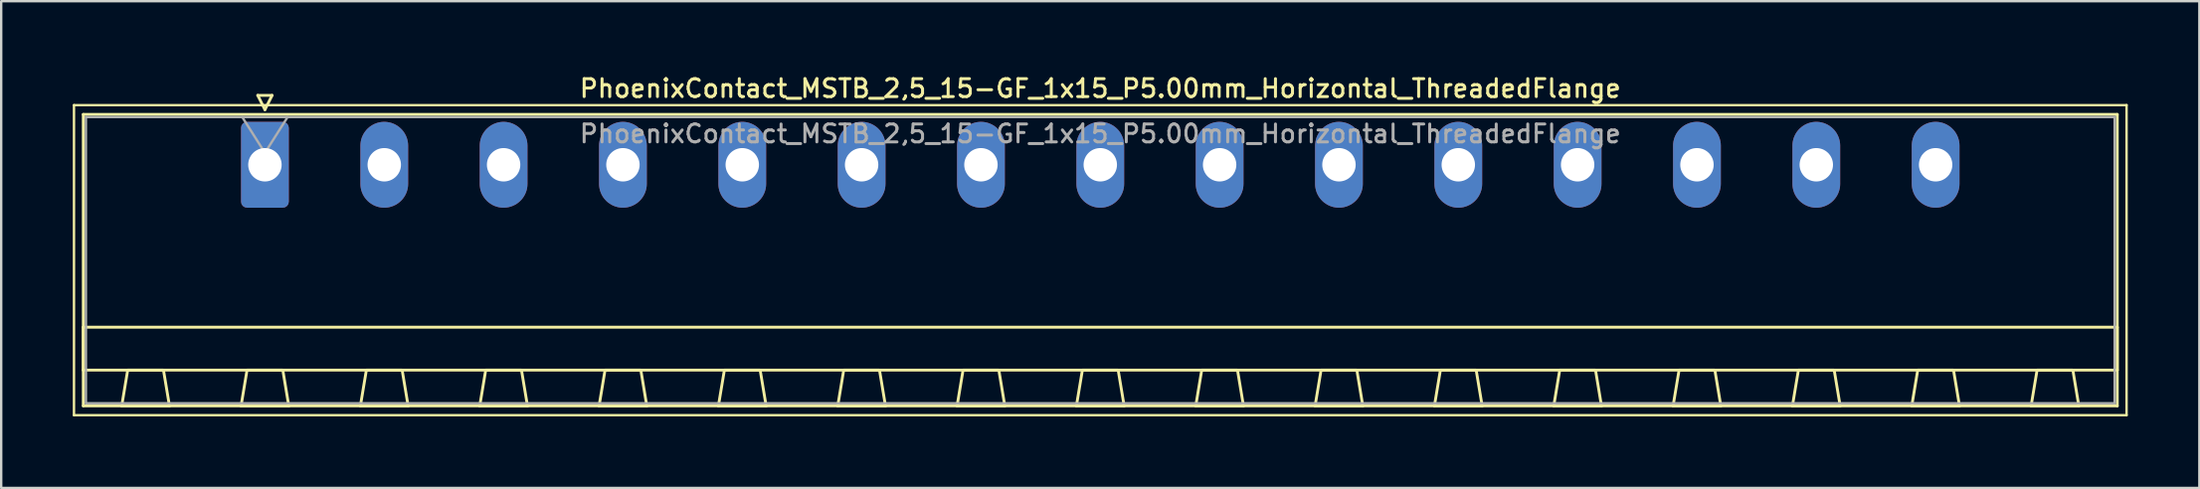
<source format=kicad_pcb>
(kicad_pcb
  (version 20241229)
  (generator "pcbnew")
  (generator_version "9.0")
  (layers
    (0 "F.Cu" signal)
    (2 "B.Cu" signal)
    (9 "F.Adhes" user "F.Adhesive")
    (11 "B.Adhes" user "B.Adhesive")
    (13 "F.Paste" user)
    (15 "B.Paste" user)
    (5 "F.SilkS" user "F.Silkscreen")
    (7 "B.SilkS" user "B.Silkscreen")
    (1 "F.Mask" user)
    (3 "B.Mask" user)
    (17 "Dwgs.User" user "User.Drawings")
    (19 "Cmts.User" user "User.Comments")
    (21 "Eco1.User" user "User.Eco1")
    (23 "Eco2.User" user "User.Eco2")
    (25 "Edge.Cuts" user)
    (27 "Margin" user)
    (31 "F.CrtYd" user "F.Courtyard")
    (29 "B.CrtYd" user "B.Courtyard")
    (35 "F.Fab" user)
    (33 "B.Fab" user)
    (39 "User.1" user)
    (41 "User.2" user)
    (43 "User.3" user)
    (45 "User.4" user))
  (footprint "PhoenixContact_MSTB_2,5_15-GF_1x15_P5.00mm_Horizontal_ThreadedFlange"
    (layer "F.Cu")
    (at 8.05 3.858)
    (property "Reference" "PhoenixContact_MSTB_2,5_15-GF_1x15_P5.00mm_Horizontal_ThreadedFlange" (at 35 -3.2 0) (layer "F.SilkS") (effects (font (size 0.75 0.75) (thickness 0.125))))
    (attr through_hole)
    (fp_line (start -8 -2.5) (end -8 10.5) (stroke (width 0.1) (type solid)) (layer "F.SilkS"))
    (fp_line (start -8 10.5) (end 78 10.5) (stroke (width 0.1) (type solid)) (layer "F.SilkS"))
    (fp_line (start -7.61 -2.11) (end -7.61 10.11) (stroke (width 0.12) (type solid)) (layer "F.SilkS"))
    (fp_line (start -7.61 6.81) (end 77.61 6.81) (stroke (width 0.12) (type solid)) (layer "F.SilkS"))
    (fp_line (start -7.61 8.61) (end -7.61 6.81) (stroke (width 0.12) (type solid)) (layer "F.SilkS"))
    (fp_line (start -7.61 10.11) (end 77.61 10.11) (stroke (width 0.12) (type solid)) (layer "F.SilkS"))
    (fp_line (start -6 10.11) (end -4 10.11) (stroke (width 0.12) (type solid)) (layer "F.SilkS"))
    (fp_line (start -5.75 8.61) (end -6 10.11) (stroke (width 0.12) (type solid)) (layer "F.SilkS"))
    (fp_line (start -4.25 8.61) (end -5.75 8.61) (stroke (width 0.12) (type solid)) (layer "F.SilkS"))
    (fp_line (start -4 10.11) (end -4.25 8.61) (stroke (width 0.12) (type solid)) (layer "F.SilkS"))
    (fp_line (start -1 10.11) (end 1 10.11) (stroke (width 0.12) (type solid)) (layer "F.SilkS"))
    (fp_line (start -0.75 8.61) (end -1 10.11) (stroke (width 0.12) (type solid)) (layer "F.SilkS"))
    (fp_line (start -0.3 -2.91) (end 0.3 -2.91) (stroke (width 0.12) (type solid)) (layer "F.SilkS"))
    (fp_line (start 0 -2.31) (end -0.3 -2.91) (stroke (width 0.12) (type solid)) (layer "F.SilkS"))
    (fp_line (start 0.3 -2.91) (end 0 -2.31) (stroke (width 0.12) (type solid)) (layer "F.SilkS"))
    (fp_line (start 0.75 8.61) (end -0.75 8.61) (stroke (width 0.12) (type solid)) (layer "F.SilkS"))
    (fp_line (start 1 10.11) (end 0.75 8.61) (stroke (width 0.12) (type solid)) (layer "F.SilkS"))
    (fp_line (start 4 10.11) (end 6 10.11) (stroke (width 0.12) (type solid)) (layer "F.SilkS"))
    (fp_line (start 4.25 8.61) (end 4 10.11) (stroke (width 0.12) (type solid)) (layer "F.SilkS"))
    (fp_line (start 5.75 8.61) (end 4.25 8.61) (stroke (width 0.12) (type solid)) (layer "F.SilkS"))
    (fp_line (start 6 10.11) (end 5.75 8.61) (stroke (width 0.12) (type solid)) (layer "F.SilkS"))
    (fp_line (start 9 10.11) (end 11 10.11) (stroke (width 0.12) (type solid)) (layer "F.SilkS"))
    (fp_line (start 9.25 8.61) (end 9 10.11) (stroke (width 0.12) (type solid)) (layer "F.SilkS"))
    (fp_line (start 10.75 8.61) (end 9.25 8.61) (stroke (width 0.12) (type solid)) (layer "F.SilkS"))
    (fp_line (start 11 10.11) (end 10.75 8.61) (stroke (width 0.12) (type solid)) (layer "F.SilkS"))
    (fp_line (start 14 10.11) (end 16 10.11) (stroke (width 0.12) (type solid)) (layer "F.SilkS"))
    (fp_line (start 14.25 8.61) (end 14 10.11) (stroke (width 0.12) (type solid)) (layer "F.SilkS"))
    (fp_line (start 15.75 8.61) (end 14.25 8.61) (stroke (width 0.12) (type solid)) (layer "F.SilkS"))
    (fp_line (start 16 10.11) (end 15.75 8.61) (stroke (width 0.12) (type solid)) (layer "F.SilkS"))
    (fp_line (start 19 10.11) (end 21 10.11) (stroke (width 0.12) (type solid)) (layer "F.SilkS"))
    (fp_line (start 19.25 8.61) (end 19 10.11) (stroke (width 0.12) (type solid)) (layer "F.SilkS"))
    (fp_line (start 20.75 8.61) (end 19.25 8.61) (stroke (width 0.12) (type solid)) (layer "F.SilkS"))
    (fp_line (start 21 10.11) (end 20.75 8.61) (stroke (width 0.12) (type solid)) (layer "F.SilkS"))
    (fp_line (start 24 10.11) (end 26 10.11) (stroke (width 0.12) (type solid)) (layer "F.SilkS"))
    (fp_line (start 24.25 8.61) (end 24 10.11) (stroke (width 0.12) (type solid)) (layer "F.SilkS"))
    (fp_line (start 25.75 8.61) (end 24.25 8.61) (stroke (width 0.12) (type solid)) (layer "F.SilkS"))
    (fp_line (start 26 10.11) (end 25.75 8.61) (stroke (width 0.12) (type solid)) (layer "F.SilkS"))
    (fp_line (start 29 10.11) (end 31 10.11) (stroke (width 0.12) (type solid)) (layer "F.SilkS"))
    (fp_line (start 29.25 8.61) (end 29 10.11) (stroke (width 0.12) (type solid)) (layer "F.SilkS"))
    (fp_line (start 30.75 8.61) (end 29.25 8.61) (stroke (width 0.12) (type solid)) (layer "F.SilkS"))
    (fp_line (start 31 10.11) (end 30.75 8.61) (stroke (width 0.12) (type solid)) (layer "F.SilkS"))
    (fp_line (start 34 10.11) (end 36 10.11) (stroke (width 0.12) (type solid)) (layer "F.SilkS"))
    (fp_line (start 34.25 8.61) (end 34 10.11) (stroke (width 0.12) (type solid)) (layer "F.SilkS"))
    (fp_line (start 35.75 8.61) (end 34.25 8.61) (stroke (width 0.12) (type solid)) (layer "F.SilkS"))
    (fp_line (start 36 10.11) (end 35.75 8.61) (stroke (width 0.12) (type solid)) (layer "F.SilkS"))
    (fp_line (start 39 10.11) (end 41 10.11) (stroke (width 0.12) (type solid)) (layer "F.SilkS"))
    (fp_line (start 39.25 8.61) (end 39 10.11) (stroke (width 0.12) (type solid)) (layer "F.SilkS"))
    (fp_line (start 40.75 8.61) (end 39.25 8.61) (stroke (width 0.12) (type solid)) (layer "F.SilkS"))
    (fp_line (start 41 10.11) (end 40.75 8.61) (stroke (width 0.12) (type solid)) (layer "F.SilkS"))
    (fp_line (start 44 10.11) (end 46 10.11) (stroke (width 0.12) (type solid)) (layer "F.SilkS"))
    (fp_line (start 44.25 8.61) (end 44 10.11) (stroke (width 0.12) (type solid)) (layer "F.SilkS"))
    (fp_line (start 45.75 8.61) (end 44.25 8.61) (stroke (width 0.12) (type solid)) (layer "F.SilkS"))
    (fp_line (start 46 10.11) (end 45.75 8.61) (stroke (width 0.12) (type solid)) (layer "F.SilkS"))
    (fp_line (start 49 10.11) (end 51 10.11) (stroke (width 0.12) (type solid)) (layer "F.SilkS"))
    (fp_line (start 49.25 8.61) (end 49 10.11) (stroke (width 0.12) (type solid)) (layer "F.SilkS"))
    (fp_line (start 50.75 8.61) (end 49.25 8.61) (stroke (width 0.12) (type solid)) (layer "F.SilkS"))
    (fp_line (start 51 10.11) (end 50.75 8.61) (stroke (width 0.12) (type solid)) (layer "F.SilkS"))
    (fp_line (start 54 10.11) (end 56 10.11) (stroke (width 0.12) (type solid)) (layer "F.SilkS"))
    (fp_line (start 54.25 8.61) (end 54 10.11) (stroke (width 0.12) (type solid)) (layer "F.SilkS"))
    (fp_line (start 55.75 8.61) (end 54.25 8.61) (stroke (width 0.12) (type solid)) (layer "F.SilkS"))
    (fp_line (start 56 10.11) (end 55.75 8.61) (stroke (width 0.12) (type solid)) (layer "F.SilkS"))
    (fp_line (start 59 10.11) (end 61 10.11) (stroke (width 0.12) (type solid)) (layer "F.SilkS"))
    (fp_line (start 59.25 8.61) (end 59 10.11) (stroke (width 0.12) (type solid)) (layer "F.SilkS"))
    (fp_line (start 60.75 8.61) (end 59.25 8.61) (stroke (width 0.12) (type solid)) (layer "F.SilkS"))
    (fp_line (start 61 10.11) (end 60.75 8.61) (stroke (width 0.12) (type solid)) (layer "F.SilkS"))
    (fp_line (start 64 10.11) (end 66 10.11) (stroke (width 0.12) (type solid)) (layer "F.SilkS"))
    (fp_line (start 64.25 8.61) (end 64 10.11) (stroke (width 0.12) (type solid)) (layer "F.SilkS"))
    (fp_line (start 65.75 8.61) (end 64.25 8.61) (stroke (width 0.12) (type solid)) (layer "F.SilkS"))
    (fp_line (start 66 10.11) (end 65.75 8.61) (stroke (width 0.12) (type solid)) (layer "F.SilkS"))
    (fp_line (start 69 10.11) (end 71 10.11) (stroke (width 0.12) (type solid)) (layer "F.SilkS"))
    (fp_line (start 69.25 8.61) (end 69 10.11) (stroke (width 0.12) (type solid)) (layer "F.SilkS"))
    (fp_line (start 70.75 8.61) (end 69.25 8.61) (stroke (width 0.12) (type solid)) (layer "F.SilkS"))
    (fp_line (start 71 10.11) (end 70.75 8.61) (stroke (width 0.12) (type solid)) (layer "F.SilkS"))
    (fp_line (start 74 10.11) (end 76 10.11) (stroke (width 0.12) (type solid)) (layer "F.SilkS"))
    (fp_line (start 74.25 8.61) (end 74 10.11) (stroke (width 0.12) (type solid)) (layer "F.SilkS"))
    (fp_line (start 75.75 8.61) (end 74.25 8.61) (stroke (width 0.12) (type solid)) (layer "F.SilkS"))
    (fp_line (start 76 10.11) (end 75.75 8.61) (stroke (width 0.12) (type solid)) (layer "F.SilkS"))
    (fp_line (start 77.61 -2.11) (end -7.61 -2.11) (stroke (width 0.12) (type solid)) (layer "F.SilkS"))
    (fp_line (start 77.61 6.81) (end 77.61 8.61) (stroke (width 0.12) (type solid)) (layer "F.SilkS"))
    (fp_line (start 77.61 8.61) (end -7.61 8.61) (stroke (width 0.12) (type solid)) (layer "F.SilkS"))
    (fp_line (start 77.61 10.11) (end 77.61 -2.11) (stroke (width 0.12) (type solid)) (layer "F.SilkS"))
    (fp_line (start 78 -2.5) (end -8 -2.5) (stroke (width 0.1) (type solid)) (layer "F.SilkS"))
    (fp_line (start 78 10.5) (end 78 -2.5) (stroke (width 0.1) (type solid)) (layer "F.SilkS"))
    (fp_line (start -7.5 -2) (end -7.5 10) (stroke (width 0.1) (type solid)) (layer "F.Fab"))
    (fp_line (start -7.5 10) (end 77.5 10) (stroke (width 0.1) (type solid)) (layer "F.Fab"))
    (fp_line (start 0 -0.5) (end -0.95 -2) (stroke (width 0.1) (type solid)) (layer "F.Fab"))
    (fp_line (start 0.95 -2) (end 0 -0.5) (stroke (width 0.1) (type solid)) (layer "F.Fab"))
    (fp_line (start 77.5 -2) (end -7.5 -2) (stroke (width 0.1) (type solid)) (layer "F.Fab"))
    (fp_line (start 77.5 10) (end 77.5 -2) (stroke (width 0.1) (type solid)) (layer "F.Fab"))
    (fp_text user "${REFERENCE}" (at 35 -1.3 0) (layer "F.Fab") (effects (font (size 0.75 0.75) (thickness 0.125))))
    (pad "1" thru_hole roundrect (at 0 0) (size 2 3.6) (drill 1.4) (layers "*.Cu" "*.Mask") (roundrect_rratio 0.125))
    (pad "2" thru_hole oval (at 5 0) (size 2 3.6) (drill 1.4) (layers "*.Cu" "*.Mask"))
    (pad "3" thru_hole oval (at 10 0) (size 2 3.6) (drill 1.4) (layers "*.Cu" "*.Mask"))
    (pad "4" thru_hole oval (at 15 0) (size 2 3.6) (drill 1.4) (layers "*.Cu" "*.Mask"))
    (pad "5" thru_hole oval (at 20 0) (size 2 3.6) (drill 1.4) (layers "*.Cu" "*.Mask"))
    (pad "6" thru_hole oval (at 25 0) (size 2 3.6) (drill 1.4) (layers "*.Cu" "*.Mask"))
    (pad "7" thru_hole oval (at 30 0) (size 2 3.6) (drill 1.4) (layers "*.Cu" "*.Mask"))
    (pad "8" thru_hole oval (at 35 0) (size 2 3.6) (drill 1.4) (layers "*.Cu" "*.Mask"))
    (pad "9" thru_hole oval (at 40 0) (size 2 3.6) (drill 1.4) (layers "*.Cu" "*.Mask"))
    (pad "10" thru_hole oval (at 45 0) (size 2 3.6) (drill 1.4) (layers "*.Cu" "*.Mask"))
    (pad "11" thru_hole oval (at 50 0) (size 2 3.6) (drill 1.4) (layers "*.Cu" "*.Mask"))
    (pad "12" thru_hole oval (at 55 0) (size 2 3.6) (drill 1.4) (layers "*.Cu" "*.Mask"))
    (pad "13" thru_hole oval (at 60 0) (size 2 3.6) (drill 1.4) (layers "*.Cu" "*.Mask"))
    (pad "14" thru_hole oval (at 65 0) (size 2 3.6) (drill 1.4) (layers "*.Cu" "*.Mask"))
    (pad "15" thru_hole oval (at 70 0) (size 2 3.6) (drill 1.4) (layers "*.Cu" "*.Mask")))
  (gr_rect
    (start -3 -3)
    (end 89.1 17.408)
    (stroke (width 0.1) (type default))
    (fill no)
    (layer "Edge.Cuts")))
</source>
